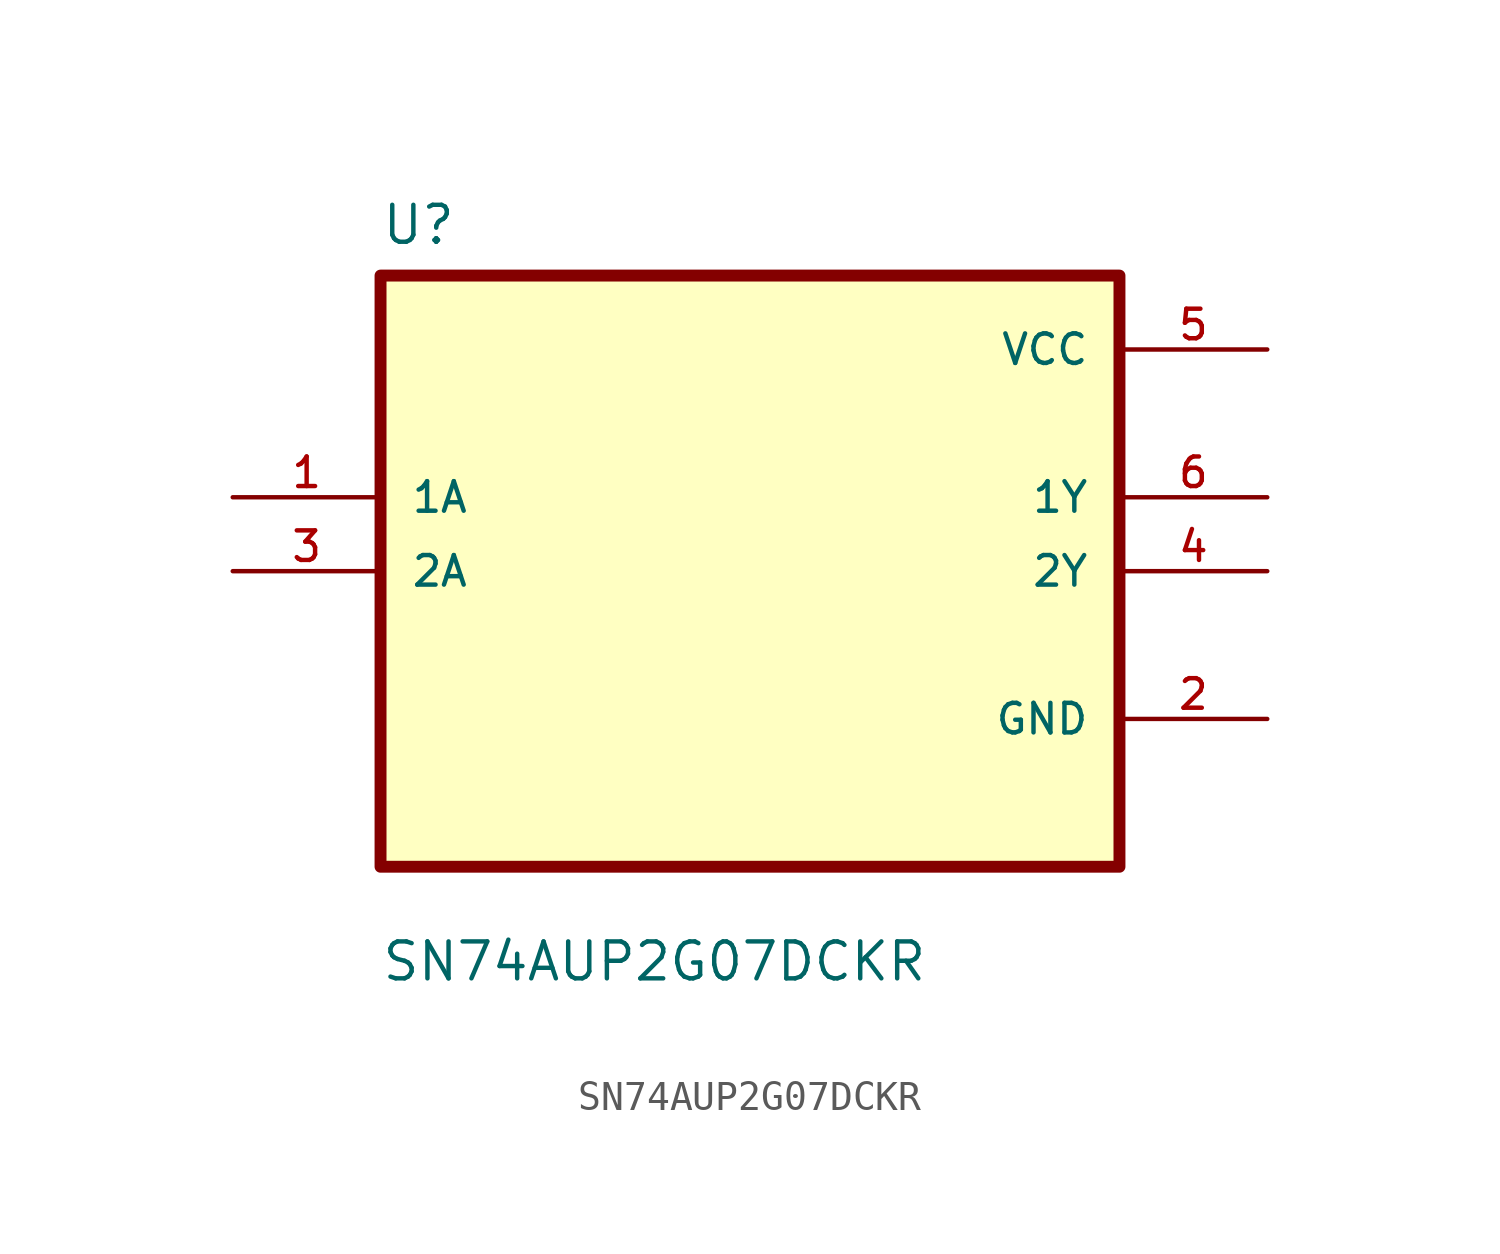
<source format=kicad_sym>
(kicad_symbol_lib
  (version 20211014)
  (generator kicad_symbol_editor)
  (symbol "SN74AUP2G07DCKR"
    (pin_names
      (offset 1.016))
    (property "Reference" "U"
      (at -12.7 11.16 0.0)
      (effects (font (size 1.27 1.27)) (justify bottom left)))
    (property "Value" "SN74AUP2G07DCKR"
      (at -12.7 -14.16 0.0)
      (effects (font (size 1.27 1.27)) (justify bottom left)))
    (symbol "SN74AUP2G07DCKR_0_0"
      (rectangle (start -12.7 -10.16) (end 12.7 10.16) (stroke (width 0.41)) (fill (type background)))
      (pin input line (at -17.78 2.54 0) (length 5.08) (name "1A" (effects (font (size 1.016 1.016)))) (number "1" (effects (font (size 1.016 1.016)))))
      (pin input line (at -17.78 0.0 0) (length 5.08) (name "2A" (effects (font (size 1.016 1.016)))) (number "3" (effects (font (size 1.016 1.016)))))
      (pin power_in line (at 17.78 7.62 180.0) (length 5.08) (name "VCC" (effects (font (size 1.016 1.016)))) (number "5" (effects (font (size 1.016 1.016)))))
      (pin output line (at 17.78 2.54 180.0) (length 5.08) (name "1Y" (effects (font (size 1.016 1.016)))) (number "6" (effects (font (size 1.016 1.016)))))
      (pin output line (at 17.78 0.0 180.0) (length 5.08) (name "2Y" (effects (font (size 1.016 1.016)))) (number "4" (effects (font (size 1.016 1.016)))))
      (pin power_in line (at 17.78 -5.08 180.0) (length 5.08) (name "GND" (effects (font (size 1.016 1.016)))) (number "2" (effects (font (size 1.016 1.016))))))))
</source>
